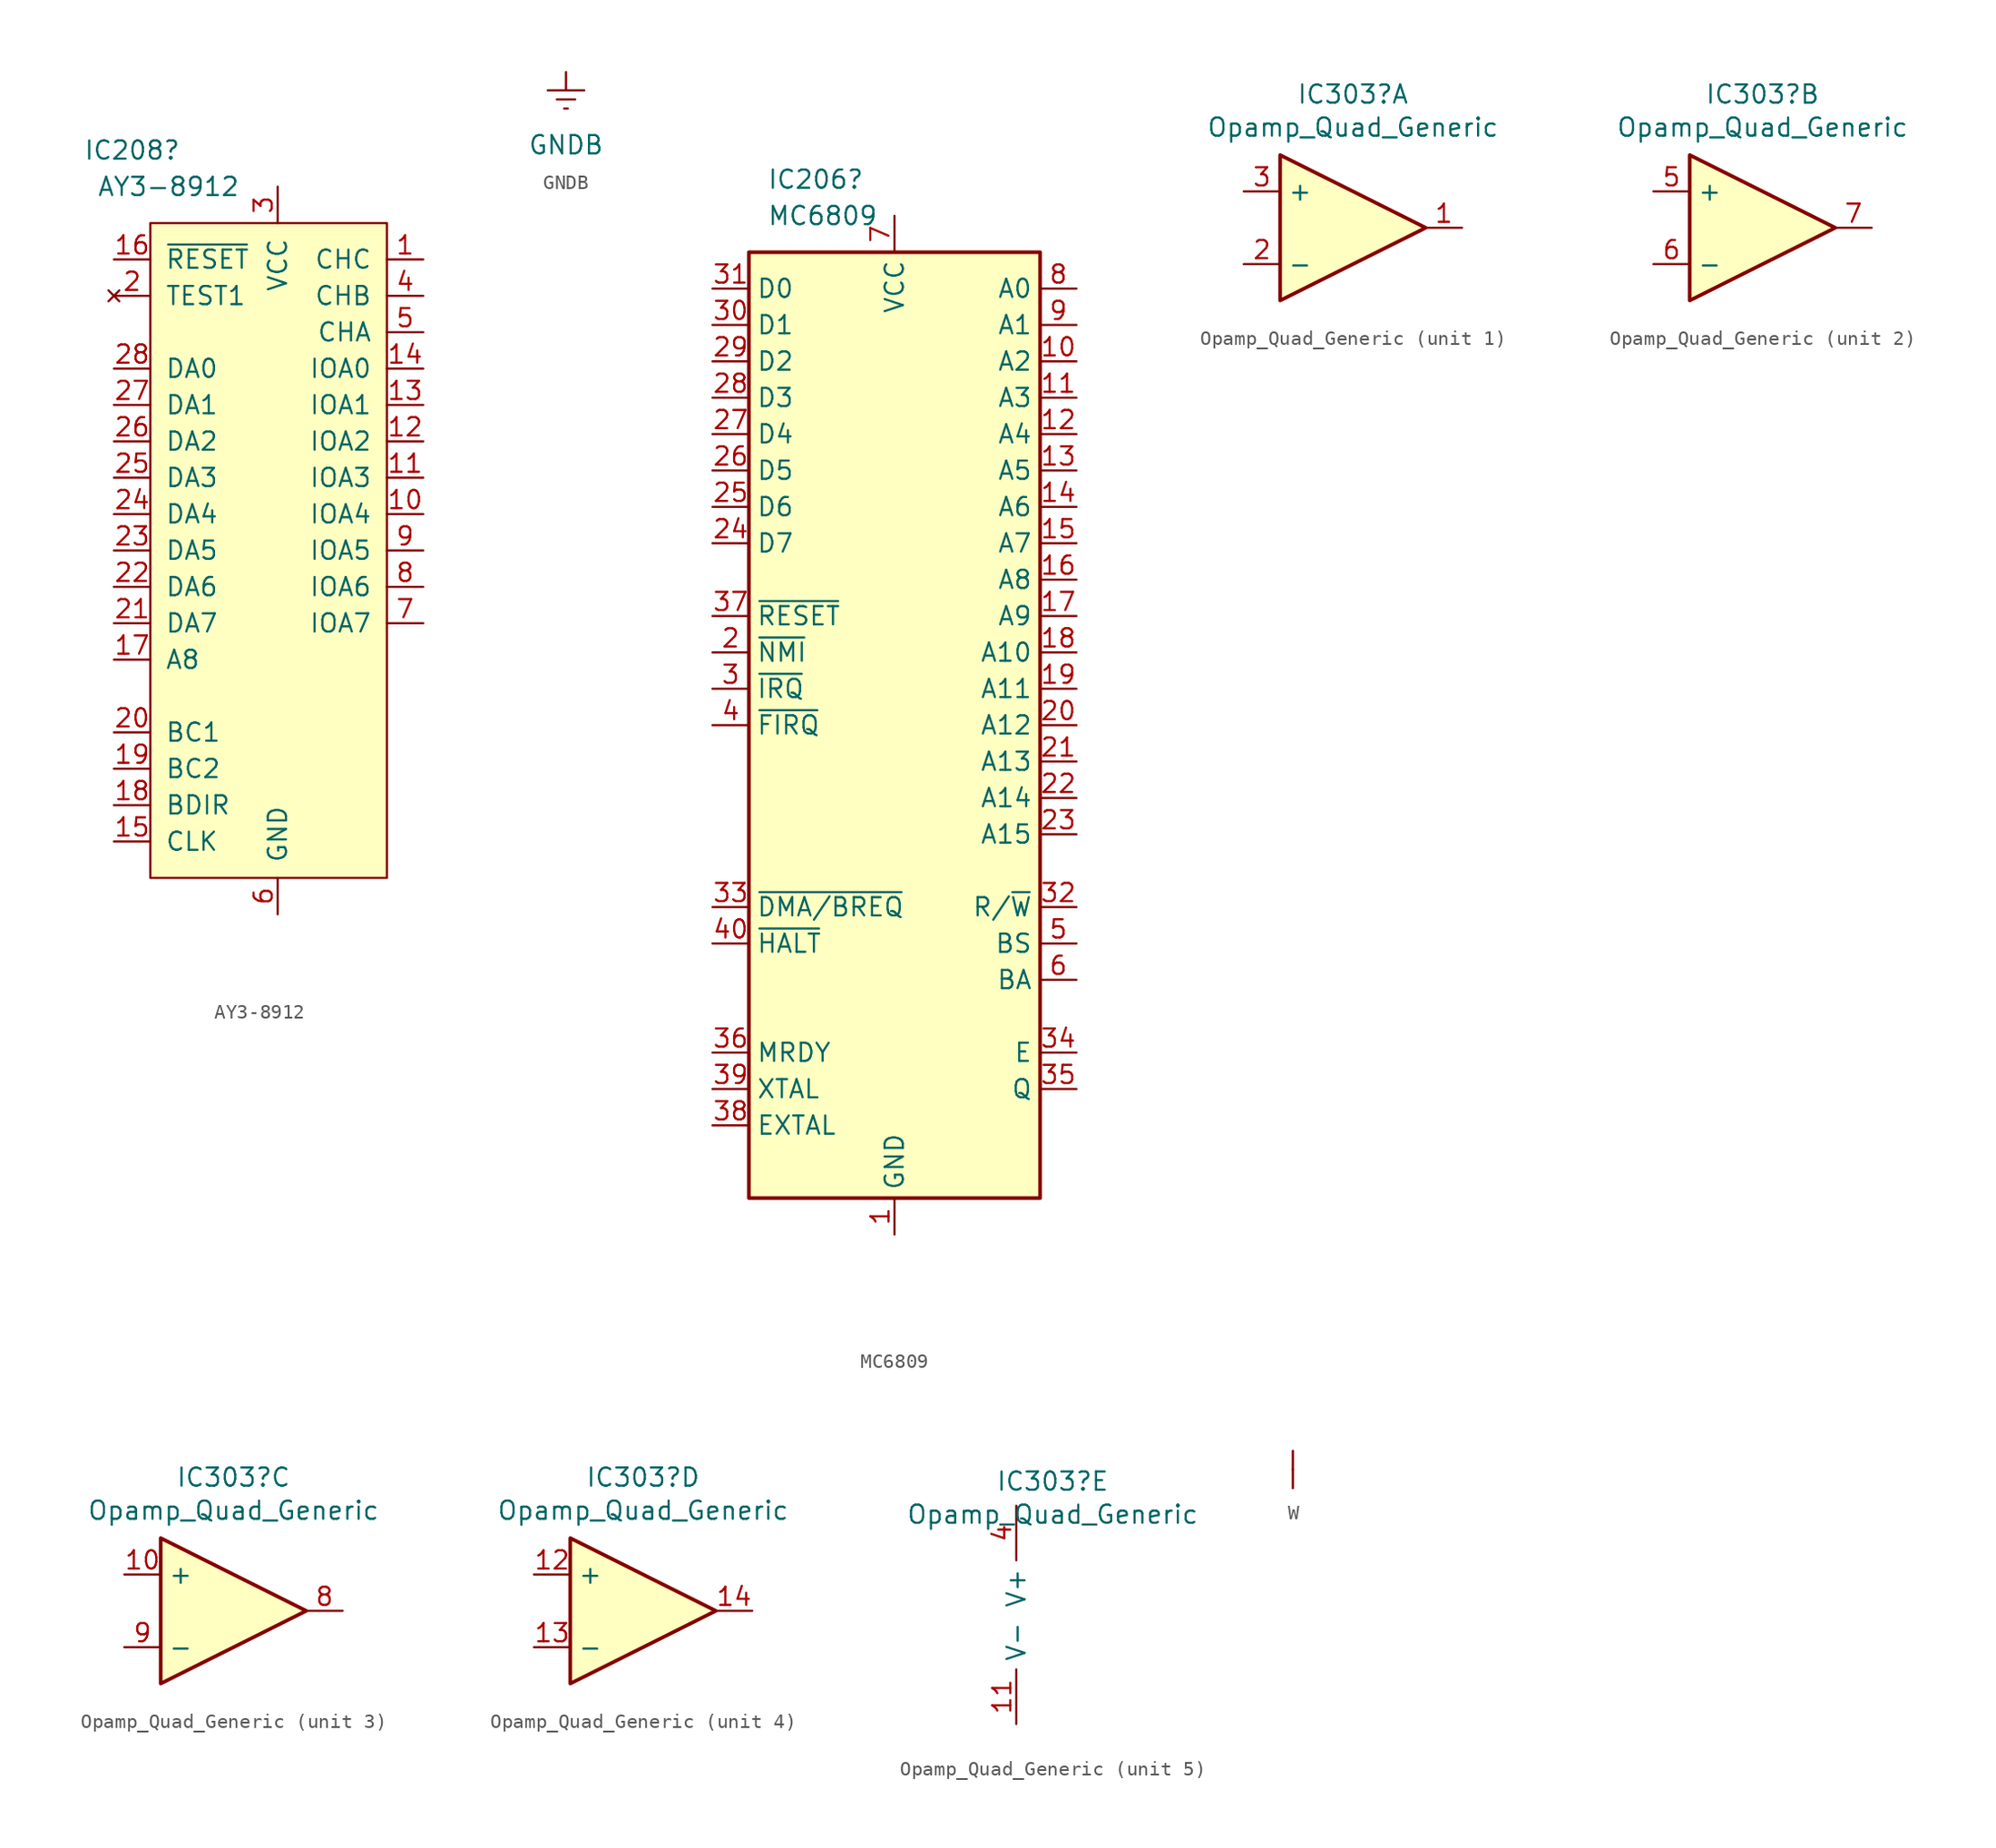
<source format=kicad_sym>
(kicad_symbol_lib
  (version 20211014)
  (generator kicad_symbol_editor)
  (symbol "AY3-8912"
    (pin_names
      (offset 1.016))
    (property "Reference" "IC208"
      (at -10.16 25.4 0)
      (effects (font (size 1.27 1.27))))
    (property "Value" "AY3-8912"
      (at -7.62 22.86 0)
      (effects (font (size 1.27 1.27))))
    (symbol "AY3-8912_0_1"
      (rectangle (start -8.89 20.32) (end 7.62 -25.4) (stroke (width 0) (type default) (color 0 0 0 0)) (fill (type background))))
    (symbol "AY3-8912_1_1"
      (pin passive line (at 10.16 17.78 180) (length 2.54) (name "CHC" (effects (font (size 1.27 1.27)))) (number "1" (effects (font (size 1.27 1.27)))))
      (pin bidirectional line (at 10.16 0 180) (length 2.54) (name "IOA4" (effects (font (size 1.27 1.27)))) (number "10" (effects (font (size 1.27 1.27)))))
      (pin bidirectional line (at 10.16 2.54 180) (length 2.54) (name "IOA3" (effects (font (size 1.27 1.27)))) (number "11" (effects (font (size 1.27 1.27)))))
      (pin bidirectional line (at 10.16 5.08 180) (length 2.54) (name "IOA2" (effects (font (size 1.27 1.27)))) (number "12" (effects (font (size 1.27 1.27)))))
      (pin bidirectional line (at 10.16 7.62 180) (length 2.54) (name "IOA1" (effects (font (size 1.27 1.27)))) (number "13" (effects (font (size 1.27 1.27)))))
      (pin bidirectional line (at 10.16 10.16 180) (length 2.54) (name "IOA0" (effects (font (size 1.27 1.27)))) (number "14" (effects (font (size 1.27 1.27)))))
      (pin input line (at -11.43 -22.86 0) (length 2.54) (name "CLK" (effects (font (size 1.27 1.27)))) (number "15" (effects (font (size 1.27 1.27)))))
      (pin input line (at -11.43 17.78 0) (length 2.54) (name "~{RESET}" (effects (font (size 1.27 1.27)))) (number "16" (effects (font (size 1.27 1.27)))))
      (pin input line (at -11.43 -10.16 0) (length 2.54) (name "A8" (effects (font (size 1.27 1.27)))) (number "17" (effects (font (size 1.27 1.27)))))
      (pin input line (at -11.43 -20.32 0) (length 2.54) (name "BDIR" (effects (font (size 1.27 1.27)))) (number "18" (effects (font (size 1.27 1.27)))))
      (pin input line (at -11.43 -17.78 0) (length 2.54) (name "BC2" (effects (font (size 1.27 1.27)))) (number "19" (effects (font (size 1.27 1.27)))))
      (pin no_connect line (at -11.43 15.24 0) (length 2.54) (name "TEST1" (effects (font (size 1.27 1.27)))) (number "2" (effects (font (size 1.27 1.27)))))
      (pin input line (at -11.43 -15.24 0) (length 2.54) (name "BC1" (effects (font (size 1.27 1.27)))) (number "20" (effects (font (size 1.27 1.27)))))
      (pin bidirectional line (at -11.43 -7.62 0) (length 2.54) (name "DA7" (effects (font (size 1.27 1.27)))) (number "21" (effects (font (size 1.27 1.27)))))
      (pin bidirectional line (at -11.43 -5.08 0) (length 2.54) (name "DA6" (effects (font (size 1.27 1.27)))) (number "22" (effects (font (size 1.27 1.27)))))
      (pin bidirectional line (at -11.43 -2.54 0) (length 2.54) (name "DA5" (effects (font (size 1.27 1.27)))) (number "23" (effects (font (size 1.27 1.27)))))
      (pin bidirectional line (at -11.43 0 0) (length 2.54) (name "DA4" (effects (font (size 1.27 1.27)))) (number "24" (effects (font (size 1.27 1.27)))))
      (pin bidirectional line (at -11.43 2.54 0) (length 2.54) (name "DA3" (effects (font (size 1.27 1.27)))) (number "25" (effects (font (size 1.27 1.27)))))
      (pin bidirectional line (at -11.43 5.08 0) (length 2.54) (name "DA2" (effects (font (size 1.27 1.27)))) (number "26" (effects (font (size 1.27 1.27)))))
      (pin bidirectional line (at -11.43 7.62 0) (length 2.54) (name "DA1" (effects (font (size 1.27 1.27)))) (number "27" (effects (font (size 1.27 1.27)))))
      (pin bidirectional line (at -11.43 10.16 0) (length 2.54) (name "DA0" (effects (font (size 1.27 1.27)))) (number "28" (effects (font (size 1.27 1.27)))))
      (pin power_in line (at 0 22.86 270) (length 2.54) (name "VCC" (effects (font (size 1.27 1.27)))) (number "3" (effects (font (size 1.27 1.27)))))
      (pin passive line (at 10.16 15.24 180) (length 2.54) (name "CHB" (effects (font (size 1.27 1.27)))) (number "4" (effects (font (size 1.27 1.27)))))
      (pin passive line (at 10.16 12.7 180) (length 2.54) (name "CHA" (effects (font (size 1.27 1.27)))) (number "5" (effects (font (size 1.27 1.27)))))
      (pin power_in line (at 0 -27.94 90) (length 2.54) (name "GND" (effects (font (size 1.27 1.27)))) (number "6" (effects (font (size 1.27 1.27)))))
      (pin bidirectional line (at 10.16 -7.62 180) (length 2.54) (name "IOA7" (effects (font (size 1.27 1.27)))) (number "7" (effects (font (size 1.27 1.27)))))
      (pin bidirectional line (at 10.16 -5.08 180) (length 2.54) (name "IOA6" (effects (font (size 1.27 1.27)))) (number "8" (effects (font (size 1.27 1.27)))))
      (pin bidirectional line (at 10.16 -2.54 180) (length 2.54) (name "IOA5" (effects (font (size 1.27 1.27)))) (number "9" (effects (font (size 1.27 1.27)))))))
  (symbol "GNDB"
    (power)
    (pin_names
      (offset 0))
    (property "Reference" "#PWR?"
      (at 0 -6.35 0)
      (effects (font (size 1.27 1.27)) hide))
    (property "Value" "GNDB"
      (at 0 -5.08 0)
      (effects (font (size 1.27 1.27))))
    (symbol "GNDB_0_1"
      (polyline (pts (xy -0.635 -1.905) (xy 0.635 -1.905)) (stroke (width 0) (type default) (color 0 0 0 0)) (fill (type none)))
      (polyline (pts (xy -0.127 -2.54) (xy 0.127 -2.54)) (stroke (width 0) (type default) (color 0 0 0 0)) (fill (type none)))
      (polyline (pts (xy 0 -1.27) (xy 0 0)) (stroke (width 0) (type default) (color 0 0 0 0)) (fill (type none)))
      (polyline (pts (xy 1.27 -1.27) (xy -1.27 -1.27)) (stroke (width 0) (type default) (color 0 0 0 0)) (fill (type none))))
    (symbol "GNDB_1_1"
      (pin power_in line (at 0 0 270) (length 0) hide (name "GNDREF" (effects (font (size 1.27 1.27)))) (number "1" (effects (font (size 1.27 1.27)))))))
  (symbol "MC6809"
    (property "Reference" "IC206"
      (at -8.89 38.1 0)
      (effects (font (size 1.27 1.27)) (justify left)))
    (property "Value" "MC6809"
      (at -8.89 35.56 0)
      (effects (font (size 1.27 1.27)) (justify left)))
    (symbol "MC6809_0_1"
      (rectangle (start -10.16 -33.02) (end 10.16 33.02) (stroke (width 0.254) (type default) (color 0 0 0 0)) (fill (type background))))
    (symbol "MC6809_1_1"
      (pin power_in line (at 0 -35.56 90) (length 2.54) (name "GND" (effects (font (size 1.27 1.27)))) (number "1" (effects (font (size 1.27 1.27)))))
      (pin output line (at 12.7 25.4 180) (length 2.54) (name "A2" (effects (font (size 1.27 1.27)))) (number "10" (effects (font (size 1.27 1.27)))))
      (pin output line (at 12.7 22.86 180) (length 2.54) (name "A3" (effects (font (size 1.27 1.27)))) (number "11" (effects (font (size 1.27 1.27)))))
      (pin output line (at 12.7 20.32 180) (length 2.54) (name "A4" (effects (font (size 1.27 1.27)))) (number "12" (effects (font (size 1.27 1.27)))))
      (pin output line (at 12.7 17.78 180) (length 2.54) (name "A5" (effects (font (size 1.27 1.27)))) (number "13" (effects (font (size 1.27 1.27)))))
      (pin output line (at 12.7 15.24 180) (length 2.54) (name "A6" (effects (font (size 1.27 1.27)))) (number "14" (effects (font (size 1.27 1.27)))))
      (pin output line (at 12.7 12.7 180) (length 2.54) (name "A7" (effects (font (size 1.27 1.27)))) (number "15" (effects (font (size 1.27 1.27)))))
      (pin output line (at 12.7 10.16 180) (length 2.54) (name "A8" (effects (font (size 1.27 1.27)))) (number "16" (effects (font (size 1.27 1.27)))))
      (pin output line (at 12.7 7.62 180) (length 2.54) (name "A9" (effects (font (size 1.27 1.27)))) (number "17" (effects (font (size 1.27 1.27)))))
      (pin output line (at 12.7 5.08 180) (length 2.54) (name "A10" (effects (font (size 1.27 1.27)))) (number "18" (effects (font (size 1.27 1.27)))))
      (pin output line (at 12.7 2.54 180) (length 2.54) (name "A11" (effects (font (size 1.27 1.27)))) (number "19" (effects (font (size 1.27 1.27)))))
      (pin input line (at -12.7 5.08 0) (length 2.54) (name "~{NMI}" (effects (font (size 1.27 1.27)))) (number "2" (effects (font (size 1.27 1.27)))))
      (pin output line (at 12.7 0 180) (length 2.54) (name "A12" (effects (font (size 1.27 1.27)))) (number "20" (effects (font (size 1.27 1.27)))))
      (pin output line (at 12.7 -2.54 180) (length 2.54) (name "A13" (effects (font (size 1.27 1.27)))) (number "21" (effects (font (size 1.27 1.27)))))
      (pin output line (at 12.7 -5.08 180) (length 2.54) (name "A14" (effects (font (size 1.27 1.27)))) (number "22" (effects (font (size 1.27 1.27)))))
      (pin output line (at 12.7 -7.62 180) (length 2.54) (name "A15" (effects (font (size 1.27 1.27)))) (number "23" (effects (font (size 1.27 1.27)))))
      (pin bidirectional line (at -12.7 12.7 0) (length 2.54) (name "D7" (effects (font (size 1.27 1.27)))) (number "24" (effects (font (size 1.27 1.27)))))
      (pin bidirectional line (at -12.7 15.24 0) (length 2.54) (name "D6" (effects (font (size 1.27 1.27)))) (number "25" (effects (font (size 1.27 1.27)))))
      (pin bidirectional line (at -12.7 17.78 0) (length 2.54) (name "D5" (effects (font (size 1.27 1.27)))) (number "26" (effects (font (size 1.27 1.27)))))
      (pin bidirectional line (at -12.7 20.32 0) (length 2.54) (name "D4" (effects (font (size 1.27 1.27)))) (number "27" (effects (font (size 1.27 1.27)))))
      (pin bidirectional line (at -12.7 22.86 0) (length 2.54) (name "D3" (effects (font (size 1.27 1.27)))) (number "28" (effects (font (size 1.27 1.27)))))
      (pin bidirectional line (at -12.7 25.4 0) (length 2.54) (name "D2" (effects (font (size 1.27 1.27)))) (number "29" (effects (font (size 1.27 1.27)))))
      (pin input line (at -12.7 2.54 0) (length 2.54) (name "~{IRQ}" (effects (font (size 1.27 1.27)))) (number "3" (effects (font (size 1.27 1.27)))))
      (pin bidirectional line (at -12.7 27.94 0) (length 2.54) (name "D1" (effects (font (size 1.27 1.27)))) (number "30" (effects (font (size 1.27 1.27)))))
      (pin bidirectional line (at -12.7 30.48 0) (length 2.54) (name "D0" (effects (font (size 1.27 1.27)))) (number "31" (effects (font (size 1.27 1.27)))))
      (pin output line (at 12.7 -12.7 180) (length 2.54) (name "R/~{W}" (effects (font (size 1.27 1.27)))) (number "32" (effects (font (size 1.27 1.27)))))
      (pin input line (at -12.7 -12.7 0) (length 2.54) (name "~{DMA/BREQ}" (effects (font (size 1.27 1.27)))) (number "33" (effects (font (size 1.27 1.27)))))
      (pin output line (at 12.7 -22.86 180) (length 2.54) (name "E" (effects (font (size 1.27 1.27)))) (number "34" (effects (font (size 1.27 1.27)))))
      (pin output line (at 12.7 -25.4 180) (length 2.54) (name "Q" (effects (font (size 1.27 1.27)))) (number "35" (effects (font (size 1.27 1.27)))))
      (pin input line (at -12.7 -22.86 0) (length 2.54) (name "MRDY" (effects (font (size 1.27 1.27)))) (number "36" (effects (font (size 1.27 1.27)))))
      (pin input line (at -12.7 7.62 0) (length 2.54) (name "~{RESET}" (effects (font (size 1.27 1.27)))) (number "37" (effects (font (size 1.27 1.27)))))
      (pin input line (at -12.7 -27.94 0) (length 2.54) (name "EXTAL" (effects (font (size 1.27 1.27)))) (number "38" (effects (font (size 1.27 1.27)))))
      (pin input line (at -12.7 -25.4 0) (length 2.54) (name "XTAL" (effects (font (size 1.27 1.27)))) (number "39" (effects (font (size 1.27 1.27)))))
      (pin input line (at -12.7 0 0) (length 2.54) (name "~{FIRQ}" (effects (font (size 1.27 1.27)))) (number "4" (effects (font (size 1.27 1.27)))))
      (pin input line (at -12.7 -15.24 0) (length 2.54) (name "~{HALT}" (effects (font (size 1.27 1.27)))) (number "40" (effects (font (size 1.27 1.27)))))
      (pin output line (at 12.7 -15.24 180) (length 2.54) (name "BS" (effects (font (size 1.27 1.27)))) (number "5" (effects (font (size 1.27 1.27)))))
      (pin output line (at 12.7 -17.78 180) (length 2.54) (name "BA" (effects (font (size 1.27 1.27)))) (number "6" (effects (font (size 1.27 1.27)))))
      (pin power_in line (at 0 35.56 270) (length 2.54) (name "VCC" (effects (font (size 1.27 1.27)))) (number "7" (effects (font (size 1.27 1.27)))))
      (pin output line (at 12.7 30.48 180) (length 2.54) (name "A0" (effects (font (size 1.27 1.27)))) (number "8" (effects (font (size 1.27 1.27)))))
      (pin output line (at 12.7 27.94 180) (length 2.54) (name "A1" (effects (font (size 1.27 1.27)))) (number "9" (effects (font (size 1.27 1.27)))))))
  (symbol "Opamp_Quad_Generic"
    (property "Reference" "IC303"
      (at 0 9.322 0)
      (effects (font (size 1.27 1.27))))
    (property "Value" "Opamp_Quad_Generic"
      (at 0 7.01 0)
      (effects (font (size 1.27 1.27))))
    (property "ki_locked" ""
      (at 0 0 0)
      (effects (font (size 1.27 1.27))))
    (symbol "Opamp_Quad_Generic_1_1"
      (polyline (pts (xy -5.08 5.08) (xy 5.08 0) (xy -5.08 -5.08) (xy -5.08 5.08)) (stroke (width 0.254) (type default) (color 0 0 0 0)) (fill (type background)))
      (pin output line (at 7.62 0 180) (length 2.54) (name "~" (effects (font (size 1.27 1.27)))) (number "1" (effects (font (size 1.27 1.27)))))
      (pin input line (at -7.62 -2.54 0) (length 2.54) (name "-" (effects (font (size 1.27 1.27)))) (number "2" (effects (font (size 1.27 1.27)))))
      (pin input line (at -7.62 2.54 0) (length 2.54) (name "+" (effects (font (size 1.27 1.27)))) (number "3" (effects (font (size 1.27 1.27))))))
    (symbol "Opamp_Quad_Generic_2_1"
      (polyline (pts (xy -5.08 5.08) (xy 5.08 0) (xy -5.08 -5.08) (xy -5.08 5.08)) (stroke (width 0.254) (type default) (color 0 0 0 0)) (fill (type background)))
      (pin input line (at -7.62 2.54 0) (length 2.54) (name "+" (effects (font (size 1.27 1.27)))) (number "5" (effects (font (size 1.27 1.27)))))
      (pin input line (at -7.62 -2.54 0) (length 2.54) (name "-" (effects (font (size 1.27 1.27)))) (number "6" (effects (font (size 1.27 1.27)))))
      (pin output line (at 7.62 0 180) (length 2.54) (name "~" (effects (font (size 1.27 1.27)))) (number "7" (effects (font (size 1.27 1.27))))))
    (symbol "Opamp_Quad_Generic_3_1"
      (polyline (pts (xy -5.08 5.08) (xy 5.08 0) (xy -5.08 -5.08) (xy -5.08 5.08)) (stroke (width 0.254) (type default) (color 0 0 0 0)) (fill (type background)))
      (pin input line (at -7.62 2.54 0) (length 2.54) (name "+" (effects (font (size 1.27 1.27)))) (number "10" (effects (font (size 1.27 1.27)))))
      (pin output line (at 7.62 0 180) (length 2.54) (name "~" (effects (font (size 1.27 1.27)))) (number "8" (effects (font (size 1.27 1.27)))))
      (pin input line (at -7.62 -2.54 0) (length 2.54) (name "-" (effects (font (size 1.27 1.27)))) (number "9" (effects (font (size 1.27 1.27))))))
    (symbol "Opamp_Quad_Generic_4_1"
      (polyline (pts (xy -5.08 5.08) (xy 5.08 0) (xy -5.08 -5.08) (xy -5.08 5.08)) (stroke (width 0.254) (type default) (color 0 0 0 0)) (fill (type background)))
      (pin input line (at -7.62 2.54 0) (length 2.54) (name "+" (effects (font (size 1.27 1.27)))) (number "12" (effects (font (size 1.27 1.27)))))
      (pin input line (at -7.62 -2.54 0) (length 2.54) (name "-" (effects (font (size 1.27 1.27)))) (number "13" (effects (font (size 1.27 1.27)))))
      (pin output line (at 7.62 0 180) (length 2.54) (name "~" (effects (font (size 1.27 1.27)))) (number "14" (effects (font (size 1.27 1.27))))))
    (symbol "Opamp_Quad_Generic_5_1"
      (pin power_in line (at -2.54 -7.62 90) (length 3.81) (name "V-" (effects (font (size 1.27 1.27)))) (number "11" (effects (font (size 1.27 1.27)))))
      (pin power_in line (at -2.54 7.62 270) (length 3.81) (name "V+" (effects (font (size 1.27 1.27)))) (number "4" (effects (font (size 1.27 1.27)))))))
  (symbol "W"
    (pin_numbers hide)
    (pin_names
      (offset 0))
    (property "Reference" "W"
      (at 2.032 0 90)
      (effects (font (size 1.27 1.27)) hide))
    (symbol "W_1_1"
      (pin passive line (at 0 1.27 270) (length 1.27) (name "~" (effects (font (size 1.27 1.27)))) (number "1" (effects (font (size 1.27 1.27)))))
      (pin passive line (at 0 -1.27 90) (length 1.27) (name "~" (effects (font (size 1.27 1.27)))) (number "2" (effects (font (size 1.27 1.27))))))))
</source>
